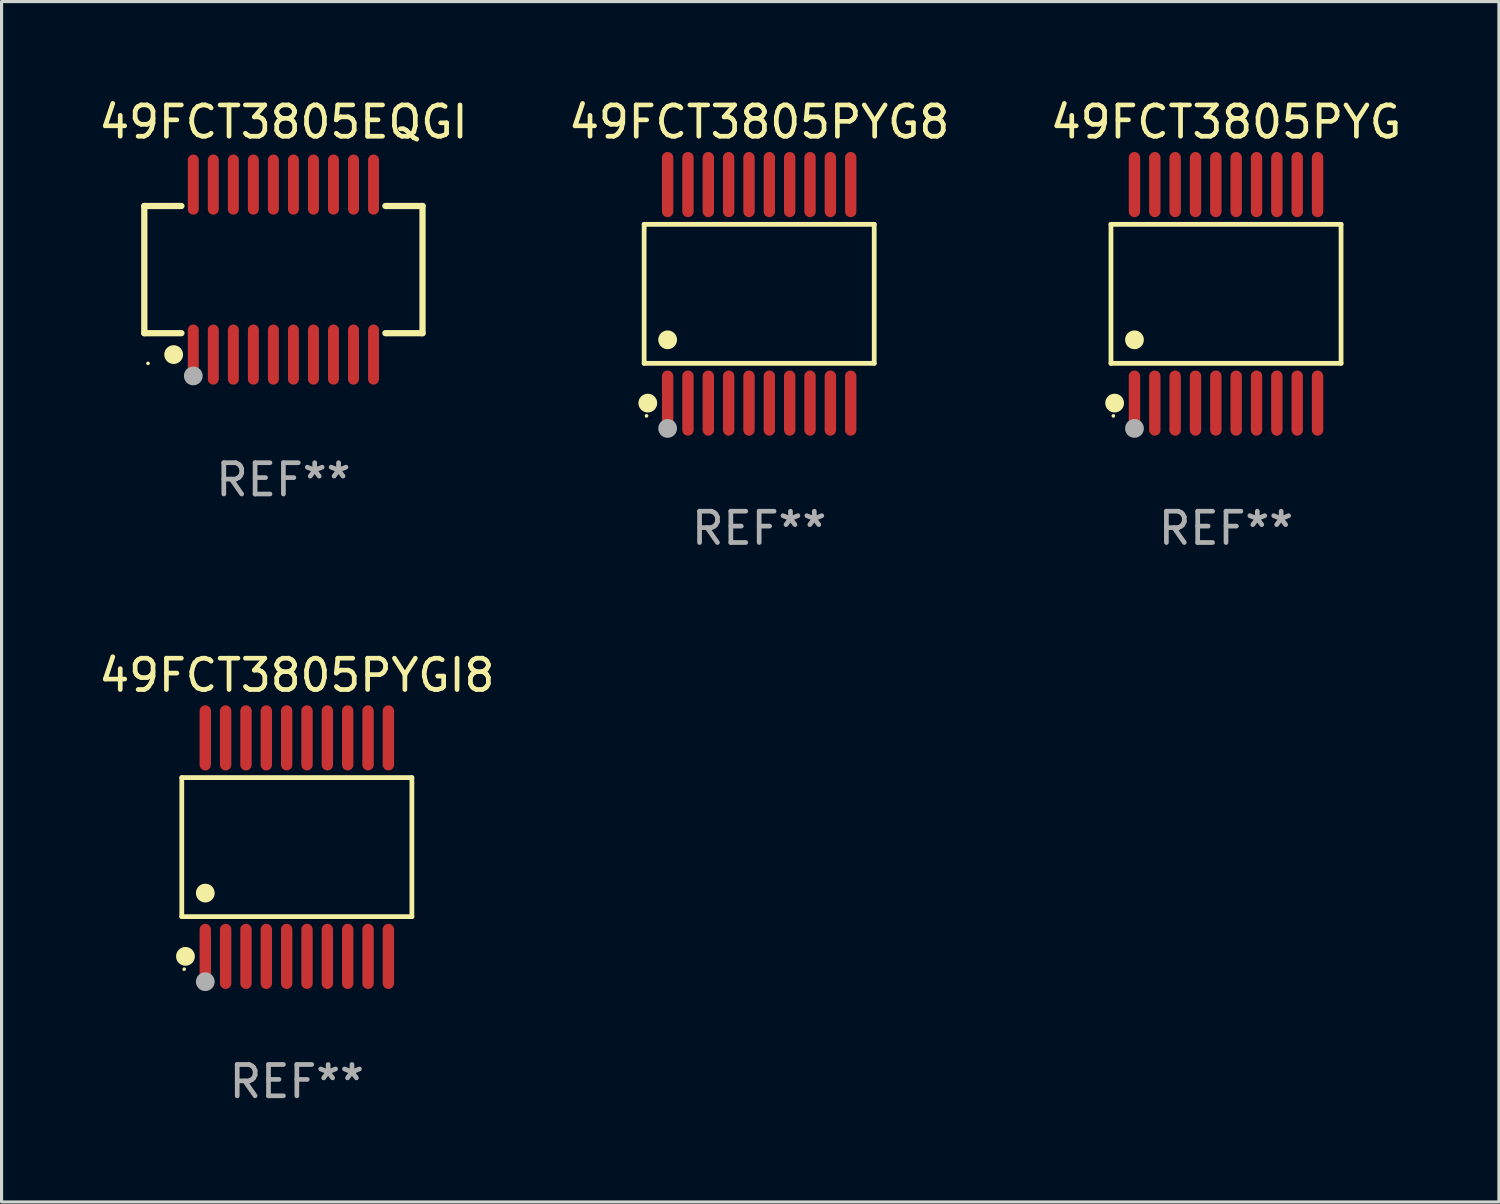
<source format=kicad_pcb>
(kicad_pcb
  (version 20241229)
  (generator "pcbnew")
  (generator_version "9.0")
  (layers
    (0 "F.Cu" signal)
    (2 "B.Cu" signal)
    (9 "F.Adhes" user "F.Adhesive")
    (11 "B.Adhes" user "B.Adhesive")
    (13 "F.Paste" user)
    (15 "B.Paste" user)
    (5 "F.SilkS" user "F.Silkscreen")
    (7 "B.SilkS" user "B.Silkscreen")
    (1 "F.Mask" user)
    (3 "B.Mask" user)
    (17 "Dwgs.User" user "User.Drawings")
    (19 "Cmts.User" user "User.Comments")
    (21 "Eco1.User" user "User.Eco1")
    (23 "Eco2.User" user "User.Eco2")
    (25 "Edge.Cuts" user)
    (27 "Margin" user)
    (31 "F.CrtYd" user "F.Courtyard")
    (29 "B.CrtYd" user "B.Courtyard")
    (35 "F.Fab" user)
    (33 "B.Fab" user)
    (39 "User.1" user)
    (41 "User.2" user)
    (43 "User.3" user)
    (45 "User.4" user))
  (footprint "49FCT3805EQGI"
    (layer "F.Cu")
    (at 6.006 5.564)
    (property "Reference" "49FCT3805EQGI" (at 0 -4.716 0) (layer "F.SilkS") (effects (font (size 1 1) (thickness 0.15))))
    (attr through_hole)
    (fp_line (start -4.445 -2.032) (end -4.445 2.032) (stroke (width 0.2) (type solid)) (layer "F.SilkS"))
    (fp_line (start -4.445 2.032) (end -3.259 2.032) (stroke (width 0.2) (type solid)) (layer "F.SilkS"))
    (fp_line (start -3.429 -2.032) (end -4.445 -2.032) (stroke (width 0.2) (type solid)) (layer "F.SilkS"))
    (fp_line (start -3.259 -2.032) (end -3.429 -2.032) (stroke (width 0.2) (type solid)) (layer "F.SilkS"))
    (fp_line (start 3.259 2.032) (end 4.445 2.032) (stroke (width 0.2) (type solid)) (layer "F.SilkS"))
    (fp_line (start 4.445 -2.032) (end 3.259 -2.032) (stroke (width 0.2) (type solid)) (layer "F.SilkS"))
    (fp_line (start 4.445 2.032) (end 4.445 -2.032) (stroke (width 0.2) (type solid)) (layer "F.SilkS"))
    (fp_circle (center -4.327 2.997) (end -4.297 2.997) (stroke (width 0.06) (type solid)) (fill no) (layer "F.SilkS"))
    (fp_circle (center -3.507 2.716) (end -3.357 2.716) (stroke (width 0.3) (type solid)) (fill no) (layer "F.SilkS"))
    (fp_circle (center -2.88 3.398) (end -2.73 3.398) (stroke (width 0.3) (type solid)) (fill no) (layer "F.Fab"))
    (fp_text user "REF**" (at 0 6.716 0) (layer "F.Fab") (effects (font (size 1 1) (thickness 0.15))))
    (pad "1" smd oval (at -2.88 2.716) (size 0.35 1.922) (layers "F.Cu" "F.Mask" "F.Paste"))
    (pad "2" smd oval (at -2.24 2.716) (size 0.35 1.922) (layers "F.Cu" "F.Mask" "F.Paste"))
    (pad "3" smd oval (at -1.6 2.716) (size 0.35 1.922) (layers "F.Cu" "F.Mask" "F.Paste"))
    (pad "4" smd oval (at -0.96 2.716) (size 0.35 1.922) (layers "F.Cu" "F.Mask" "F.Paste"))
    (pad "5" smd oval (at -0.32 2.716) (size 0.35 1.922) (layers "F.Cu" "F.Mask" "F.Paste"))
    (pad "6" smd oval (at 0.32 2.716) (size 0.35 1.922) (layers "F.Cu" "F.Mask" "F.Paste"))
    (pad "7" smd oval (at 0.96 2.716) (size 0.35 1.922) (layers "F.Cu" "F.Mask" "F.Paste"))
    (pad "8" smd oval (at 1.6 2.716) (size 0.35 1.922) (layers "F.Cu" "F.Mask" "F.Paste"))
    (pad "9" smd oval (at 2.24 2.716) (size 0.35 1.922) (layers "F.Cu" "F.Mask" "F.Paste"))
    (pad "10" smd oval (at 2.88 2.716) (size 0.35 1.922) (layers "F.Cu" "F.Mask" "F.Paste"))
    (pad "11" smd oval (at 2.88 -2.716) (size 0.35 1.922) (layers "F.Cu" "F.Mask" "F.Paste"))
    (pad "12" smd oval (at 2.24 -2.716) (size 0.35 1.922) (layers "F.Cu" "F.Mask" "F.Paste"))
    (pad "13" smd oval (at 1.6 -2.716) (size 0.35 1.922) (layers "F.Cu" "F.Mask" "F.Paste"))
    (pad "14" smd oval (at 0.96 -2.716) (size 0.35 1.922) (layers "F.Cu" "F.Mask" "F.Paste"))
    (pad "15" smd oval (at 0.32 -2.716) (size 0.35 1.922) (layers "F.Cu" "F.Mask" "F.Paste"))
    (pad "16" smd oval (at -0.32 -2.716) (size 0.35 1.922) (layers "F.Cu" "F.Mask" "F.Paste"))
    (pad "17" smd oval (at -0.96 -2.716) (size 0.35 1.922) (layers "F.Cu" "F.Mask" "F.Paste"))
    (pad "18" smd oval (at -1.6 -2.716) (size 0.35 1.922) (layers "F.Cu" "F.Mask" "F.Paste"))
    (pad "19" smd oval (at -2.24 -2.716) (size 0.35 1.922) (layers "F.Cu" "F.Mask" "F.Paste"))
    (pad "20" smd oval (at -2.88 -2.716) (size 0.35 1.922) (layers "F.Cu" "F.Mask" "F.Paste")))
  (footprint "49FCT3805PYG"
    (layer "F.Cu")
    (at 36.125 6.339)
    (property "Reference" "49FCT3805PYG" (at 0 -5.491 0) (layer "F.SilkS") (effects (font (size 1 1) (thickness 0.15))))
    (attr through_hole)
    (fp_line (start -3.676 -2.221) (end 3.676 -2.221) (stroke (width 0.152) (type solid)) (layer "F.SilkS"))
    (fp_line (start -3.676 2.221) (end -3.676 -2.221) (stroke (width 0.152) (type solid)) (layer "F.SilkS"))
    (fp_line (start 3.676 -2.221) (end 3.676 2.221) (stroke (width 0.152) (type solid)) (layer "F.SilkS"))
    (fp_line (start 3.676 2.221) (end -3.676 2.221) (stroke (width 0.152) (type solid)) (layer "F.SilkS"))
    (fp_circle (center -3.6 3.9) (end -3.57 3.9) (stroke (width 0.06) (type solid)) (fill no) (layer "F.SilkS"))
    (fp_circle (center -3.559 3.491) (end -3.409 3.491) (stroke (width 0.3) (type solid)) (fill no) (layer "F.SilkS"))
    (fp_circle (center -2.925 1.469) (end -2.775 1.469) (stroke (width 0.3) (type solid)) (fill no) (layer "F.SilkS"))
    (fp_circle (center -2.925 4.3) (end -2.775 4.3) (stroke (width 0.3) (type solid)) (fill no) (layer "F.Fab"))
    (fp_text user "REF**" (at 0 7.491 0) (layer "F.Fab") (effects (font (size 1 1) (thickness 0.15))))
    (pad "1" smd oval (at -2.925 3.491) (size 0.364 2.082) (layers "F.Cu" "F.Mask" "F.Paste"))
    (pad "2" smd oval (at -2.275 3.491) (size 0.364 2.082) (layers "F.Cu" "F.Mask" "F.Paste"))
    (pad "3" smd oval (at -1.625 3.491) (size 0.364 2.082) (layers "F.Cu" "F.Mask" "F.Paste"))
    (pad "4" smd oval (at -0.975 3.491) (size 0.364 2.082) (layers "F.Cu" "F.Mask" "F.Paste"))
    (pad "5" smd oval (at -0.325 3.491) (size 0.364 2.082) (layers "F.Cu" "F.Mask" "F.Paste"))
    (pad "6" smd oval (at 0.325 3.491) (size 0.364 2.082) (layers "F.Cu" "F.Mask" "F.Paste"))
    (pad "7" smd oval (at 0.975 3.491) (size 0.364 2.082) (layers "F.Cu" "F.Mask" "F.Paste"))
    (pad "8" smd oval (at 1.625 3.491) (size 0.364 2.082) (layers "F.Cu" "F.Mask" "F.Paste"))
    (pad "9" smd oval (at 2.275 3.491) (size 0.364 2.082) (layers "F.Cu" "F.Mask" "F.Paste"))
    (pad "10" smd oval (at 2.925 3.491) (size 0.364 2.082) (layers "F.Cu" "F.Mask" "F.Paste"))
    (pad "11" smd oval (at 2.925 -3.491) (size 0.364 2.082) (layers "F.Cu" "F.Mask" "F.Paste"))
    (pad "12" smd oval (at 2.275 -3.491) (size 0.364 2.082) (layers "F.Cu" "F.Mask" "F.Paste"))
    (pad "13" smd oval (at 1.625 -3.491) (size 0.364 2.082) (layers "F.Cu" "F.Mask" "F.Paste"))
    (pad "14" smd oval (at 0.975 -3.491) (size 0.364 2.082) (layers "F.Cu" "F.Mask" "F.Paste"))
    (pad "15" smd oval (at 0.325 -3.491) (size 0.364 2.082) (layers "F.Cu" "F.Mask" "F.Paste"))
    (pad "16" smd oval (at -0.325 -3.491) (size 0.364 2.082) (layers "F.Cu" "F.Mask" "F.Paste"))
    (pad "17" smd oval (at -0.975 -3.491) (size 0.364 2.082) (layers "F.Cu" "F.Mask" "F.Paste"))
    (pad "18" smd oval (at -1.625 -3.491) (size 0.364 2.082) (layers "F.Cu" "F.Mask" "F.Paste"))
    (pad "19" smd oval (at -2.275 -3.491) (size 0.364 2.082) (layers "F.Cu" "F.Mask" "F.Paste"))
    (pad "20" smd oval (at -2.925 -3.491) (size 0.364 2.082) (layers "F.Cu" "F.Mask" "F.Paste")))
  (footprint "49FCT3805PYG8"
    (layer "F.Cu")
    (at 21.208 6.339)
    (property "Reference" "49FCT3805PYG8" (at 0 -5.491 0) (layer "F.SilkS") (effects (font (size 1 1) (thickness 0.15))))
    (attr through_hole)
    (fp_line (start -3.676 -2.221) (end 3.676 -2.221) (stroke (width 0.152) (type solid)) (layer "F.SilkS"))
    (fp_line (start -3.676 2.221) (end -3.676 -2.221) (stroke (width 0.152) (type solid)) (layer "F.SilkS"))
    (fp_line (start 3.676 -2.221) (end 3.676 2.221) (stroke (width 0.152) (type solid)) (layer "F.SilkS"))
    (fp_line (start 3.676 2.221) (end -3.676 2.221) (stroke (width 0.152) (type solid)) (layer "F.SilkS"))
    (fp_circle (center -3.6 3.9) (end -3.57 3.9) (stroke (width 0.06) (type solid)) (fill no) (layer "F.SilkS"))
    (fp_circle (center -3.559 3.491) (end -3.409 3.491) (stroke (width 0.3) (type solid)) (fill no) (layer "F.SilkS"))
    (fp_circle (center -2.925 1.469) (end -2.775 1.469) (stroke (width 0.3) (type solid)) (fill no) (layer "F.SilkS"))
    (fp_circle (center -2.925 4.3) (end -2.775 4.3) (stroke (width 0.3) (type solid)) (fill no) (layer "F.Fab"))
    (fp_text user "REF**" (at 0 7.491 0) (layer "F.Fab") (effects (font (size 1 1) (thickness 0.15))))
    (pad "1" smd oval (at -2.925 3.491) (size 0.364 2.082) (layers "F.Cu" "F.Mask" "F.Paste"))
    (pad "2" smd oval (at -2.275 3.491) (size 0.364 2.082) (layers "F.Cu" "F.Mask" "F.Paste"))
    (pad "3" smd oval (at -1.625 3.491) (size 0.364 2.082) (layers "F.Cu" "F.Mask" "F.Paste"))
    (pad "4" smd oval (at -0.975 3.491) (size 0.364 2.082) (layers "F.Cu" "F.Mask" "F.Paste"))
    (pad "5" smd oval (at -0.325 3.491) (size 0.364 2.082) (layers "F.Cu" "F.Mask" "F.Paste"))
    (pad "6" smd oval (at 0.325 3.491) (size 0.364 2.082) (layers "F.Cu" "F.Mask" "F.Paste"))
    (pad "7" smd oval (at 0.975 3.491) (size 0.364 2.082) (layers "F.Cu" "F.Mask" "F.Paste"))
    (pad "8" smd oval (at 1.625 3.491) (size 0.364 2.082) (layers "F.Cu" "F.Mask" "F.Paste"))
    (pad "9" smd oval (at 2.275 3.491) (size 0.364 2.082) (layers "F.Cu" "F.Mask" "F.Paste"))
    (pad "10" smd oval (at 2.925 3.491) (size 0.364 2.082) (layers "F.Cu" "F.Mask" "F.Paste"))
    (pad "11" smd oval (at 2.925 -3.491) (size 0.364 2.082) (layers "F.Cu" "F.Mask" "F.Paste"))
    (pad "12" smd oval (at 2.275 -3.491) (size 0.364 2.082) (layers "F.Cu" "F.Mask" "F.Paste"))
    (pad "13" smd oval (at 1.625 -3.491) (size 0.364 2.082) (layers "F.Cu" "F.Mask" "F.Paste"))
    (pad "14" smd oval (at 0.975 -3.491) (size 0.364 2.082) (layers "F.Cu" "F.Mask" "F.Paste"))
    (pad "15" smd oval (at 0.325 -3.491) (size 0.364 2.082) (layers "F.Cu" "F.Mask" "F.Paste"))
    (pad "16" smd oval (at -0.325 -3.491) (size 0.364 2.082) (layers "F.Cu" "F.Mask" "F.Paste"))
    (pad "17" smd oval (at -0.975 -3.491) (size 0.364 2.082) (layers "F.Cu" "F.Mask" "F.Paste"))
    (pad "18" smd oval (at -1.625 -3.491) (size 0.364 2.082) (layers "F.Cu" "F.Mask" "F.Paste"))
    (pad "19" smd oval (at -2.275 -3.491) (size 0.364 2.082) (layers "F.Cu" "F.Mask" "F.Paste"))
    (pad "20" smd oval (at -2.925 -3.491) (size 0.364 2.082) (layers "F.Cu" "F.Mask" "F.Paste")))
  (footprint "49FCT3805PYGI8"
    (layer "F.Cu")
    (at 6.435 24.018)
    (property "Reference" "49FCT3805PYGI8" (at 0 -5.491 0) (layer "F.SilkS") (effects (font (size 1 1) (thickness 0.15))))
    (attr through_hole)
    (fp_line (start -3.676 -2.221) (end 3.676 -2.221) (stroke (width 0.152) (type solid)) (layer "F.SilkS"))
    (fp_line (start -3.676 2.221) (end -3.676 -2.221) (stroke (width 0.152) (type solid)) (layer "F.SilkS"))
    (fp_line (start 3.676 -2.221) (end 3.676 2.221) (stroke (width 0.152) (type solid)) (layer "F.SilkS"))
    (fp_line (start 3.676 2.221) (end -3.676 2.221) (stroke (width 0.152) (type solid)) (layer "F.SilkS"))
    (fp_circle (center -3.6 3.9) (end -3.57 3.9) (stroke (width 0.06) (type solid)) (fill no) (layer "F.SilkS"))
    (fp_circle (center -3.559 3.491) (end -3.409 3.491) (stroke (width 0.3) (type solid)) (fill no) (layer "F.SilkS"))
    (fp_circle (center -2.925 1.469) (end -2.775 1.469) (stroke (width 0.3) (type solid)) (fill no) (layer "F.SilkS"))
    (fp_circle (center -2.925 4.3) (end -2.775 4.3) (stroke (width 0.3) (type solid)) (fill no) (layer "F.Fab"))
    (fp_text user "REF**" (at 0 7.491 0) (layer "F.Fab") (effects (font (size 1 1) (thickness 0.15))))
    (pad "1" smd oval (at -2.925 3.491) (size 0.364 2.082) (layers "F.Cu" "F.Mask" "F.Paste"))
    (pad "2" smd oval (at -2.275 3.491) (size 0.364 2.082) (layers "F.Cu" "F.Mask" "F.Paste"))
    (pad "3" smd oval (at -1.625 3.491) (size 0.364 2.082) (layers "F.Cu" "F.Mask" "F.Paste"))
    (pad "4" smd oval (at -0.975 3.491) (size 0.364 2.082) (layers "F.Cu" "F.Mask" "F.Paste"))
    (pad "5" smd oval (at -0.325 3.491) (size 0.364 2.082) (layers "F.Cu" "F.Mask" "F.Paste"))
    (pad "6" smd oval (at 0.325 3.491) (size 0.364 2.082) (layers "F.Cu" "F.Mask" "F.Paste"))
    (pad "7" smd oval (at 0.975 3.491) (size 0.364 2.082) (layers "F.Cu" "F.Mask" "F.Paste"))
    (pad "8" smd oval (at 1.625 3.491) (size 0.364 2.082) (layers "F.Cu" "F.Mask" "F.Paste"))
    (pad "9" smd oval (at 2.275 3.491) (size 0.364 2.082) (layers "F.Cu" "F.Mask" "F.Paste"))
    (pad "10" smd oval (at 2.925 3.491) (size 0.364 2.082) (layers "F.Cu" "F.Mask" "F.Paste"))
    (pad "11" smd oval (at 2.925 -3.491) (size 0.364 2.082) (layers "F.Cu" "F.Mask" "F.Paste"))
    (pad "12" smd oval (at 2.275 -3.491) (size 0.364 2.082) (layers "F.Cu" "F.Mask" "F.Paste"))
    (pad "13" smd oval (at 1.625 -3.491) (size 0.364 2.082) (layers "F.Cu" "F.Mask" "F.Paste"))
    (pad "14" smd oval (at 0.975 -3.491) (size 0.364 2.082) (layers "F.Cu" "F.Mask" "F.Paste"))
    (pad "15" smd oval (at 0.325 -3.491) (size 0.364 2.082) (layers "F.Cu" "F.Mask" "F.Paste"))
    (pad "16" smd oval (at -0.325 -3.491) (size 0.364 2.082) (layers "F.Cu" "F.Mask" "F.Paste"))
    (pad "17" smd oval (at -0.975 -3.491) (size 0.364 2.082) (layers "F.Cu" "F.Mask" "F.Paste"))
    (pad "18" smd oval (at -1.625 -3.491) (size 0.364 2.082) (layers "F.Cu" "F.Mask" "F.Paste"))
    (pad "19" smd oval (at -2.275 -3.491) (size 0.364 2.082) (layers "F.Cu" "F.Mask" "F.Paste"))
    (pad "20" smd oval (at -2.925 -3.491) (size 0.364 2.082) (layers "F.Cu" "F.Mask" "F.Paste")))
  (gr_rect
    (start -3 -3)
    (end 44.845 35.357)
    (stroke (width 0.1) (type default))
    (fill no)
    (layer "Edge.Cuts")))
</source>
